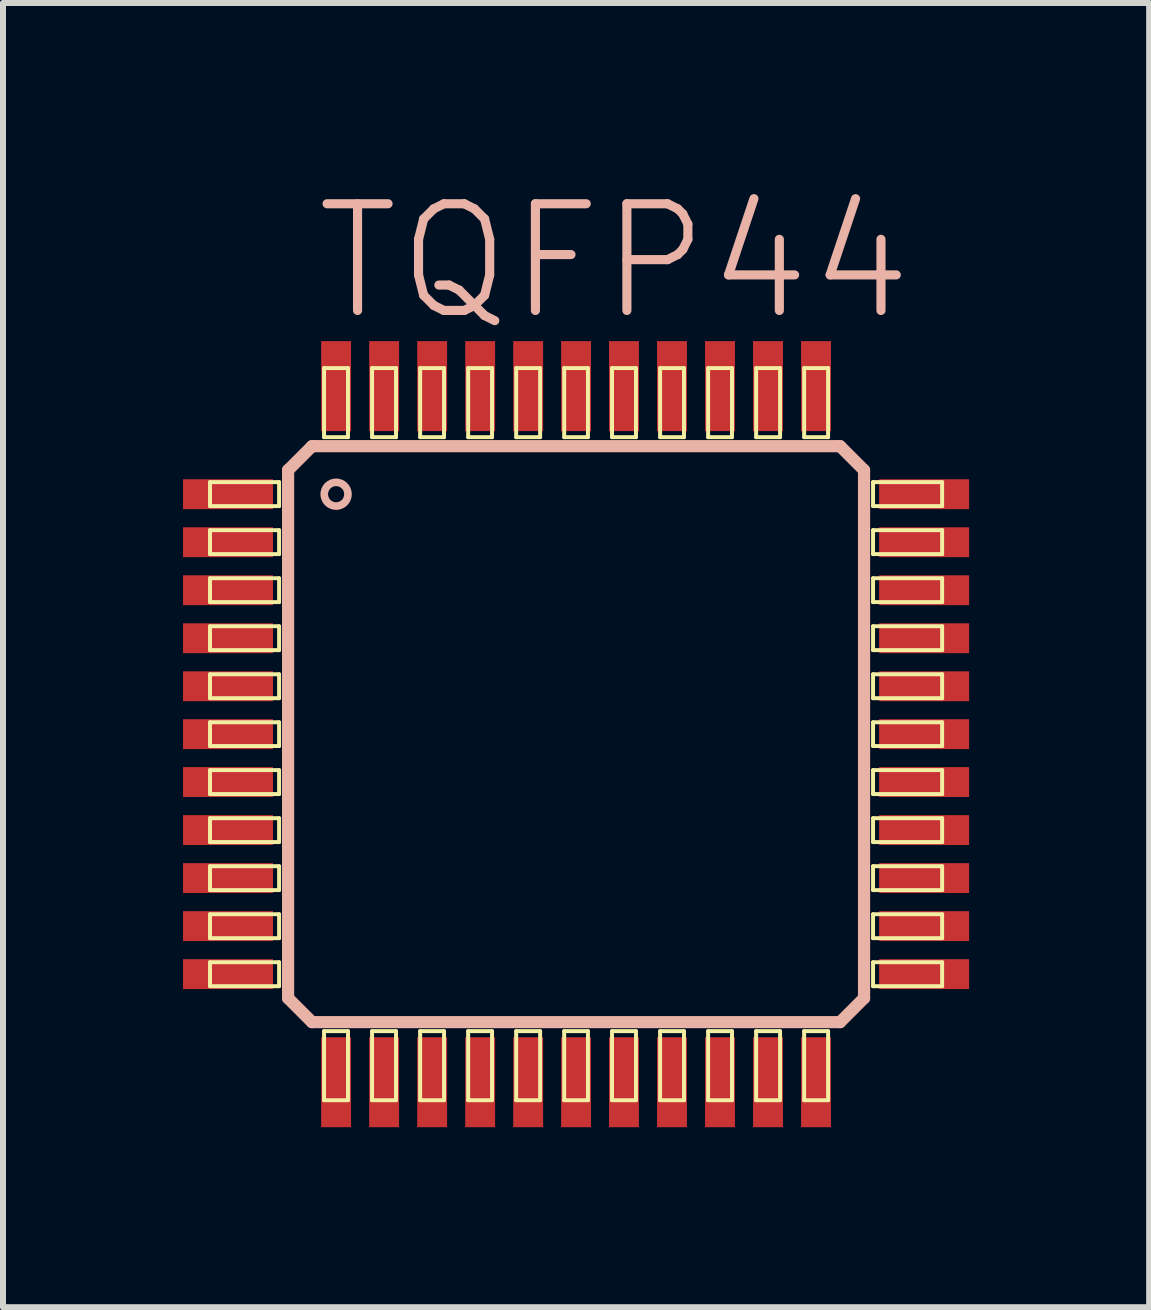
<source format=kicad_pcb>
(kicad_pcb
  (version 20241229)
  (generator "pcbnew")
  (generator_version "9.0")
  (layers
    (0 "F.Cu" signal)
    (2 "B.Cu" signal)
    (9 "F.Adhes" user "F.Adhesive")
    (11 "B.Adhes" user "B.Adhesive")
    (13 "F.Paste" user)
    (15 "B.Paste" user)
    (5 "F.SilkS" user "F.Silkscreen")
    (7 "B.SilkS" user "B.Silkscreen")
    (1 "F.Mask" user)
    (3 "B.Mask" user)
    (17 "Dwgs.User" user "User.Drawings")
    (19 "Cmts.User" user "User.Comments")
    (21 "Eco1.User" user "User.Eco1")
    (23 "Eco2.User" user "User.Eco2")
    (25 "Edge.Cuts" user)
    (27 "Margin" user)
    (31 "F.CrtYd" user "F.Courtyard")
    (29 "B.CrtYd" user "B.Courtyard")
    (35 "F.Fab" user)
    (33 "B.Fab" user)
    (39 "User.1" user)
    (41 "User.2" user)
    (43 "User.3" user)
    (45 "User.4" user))
  (footprint "TQFP44"
    (layer "F.Cu")
    (at 6.548 9.182)
    (property "Reference" "TQFP44" (at 0.635 -7.874 0) (layer "B.SilkS") (effects (font (size 1.778 1.778) (thickness 0.152))))
    (attr smd)
    (fp_line (start -6.099 -4.199) (end -4.948 -4.199) (stroke (width 0.066) (type solid)) (layer "F.SilkS"))
    (fp_line (start -6.099 -3.8) (end -6.099 -4.199) (stroke (width 0.066) (type solid)) (layer "F.SilkS"))
    (fp_line (start -6.099 -3.8) (end -4.948 -3.8) (stroke (width 0.066) (type solid)) (layer "F.SilkS"))
    (fp_line (start -6.099 -3.399) (end -4.948 -3.399) (stroke (width 0.066) (type solid)) (layer "F.SilkS"))
    (fp_line (start -6.099 -3) (end -6.099 -3.399) (stroke (width 0.066) (type solid)) (layer "F.SilkS"))
    (fp_line (start -6.099 -3) (end -4.948 -3) (stroke (width 0.066) (type solid)) (layer "F.SilkS"))
    (fp_line (start -6.099 -2.598) (end -4.948 -2.598) (stroke (width 0.066) (type solid)) (layer "F.SilkS"))
    (fp_line (start -6.099 -2.2) (end -6.099 -2.598) (stroke (width 0.066) (type solid)) (layer "F.SilkS"))
    (fp_line (start -6.099 -2.2) (end -4.948 -2.2) (stroke (width 0.066) (type solid)) (layer "F.SilkS"))
    (fp_line (start -6.099 -1.798) (end -4.948 -1.798) (stroke (width 0.066) (type solid)) (layer "F.SilkS"))
    (fp_line (start -6.099 -1.4) (end -6.099 -1.798) (stroke (width 0.066) (type solid)) (layer "F.SilkS"))
    (fp_line (start -6.099 -1.4) (end -4.948 -1.4) (stroke (width 0.066) (type solid)) (layer "F.SilkS"))
    (fp_line (start -6.099 -0.998) (end -4.948 -0.998) (stroke (width 0.066) (type solid)) (layer "F.SilkS"))
    (fp_line (start -6.099 -0.599) (end -6.099 -0.998) (stroke (width 0.066) (type solid)) (layer "F.SilkS"))
    (fp_line (start -6.099 -0.599) (end -4.948 -0.599) (stroke (width 0.066) (type solid)) (layer "F.SilkS"))
    (fp_line (start -6.099 -0.198) (end -4.948 -0.198) (stroke (width 0.066) (type solid)) (layer "F.SilkS"))
    (fp_line (start -6.099 0.198) (end -6.099 -0.198) (stroke (width 0.066) (type solid)) (layer "F.SilkS"))
    (fp_line (start -6.099 0.198) (end -4.948 0.198) (stroke (width 0.066) (type solid)) (layer "F.SilkS"))
    (fp_line (start -6.099 0.599) (end -4.948 0.599) (stroke (width 0.066) (type solid)) (layer "F.SilkS"))
    (fp_line (start -6.099 0.998) (end -6.099 0.599) (stroke (width 0.066) (type solid)) (layer "F.SilkS"))
    (fp_line (start -6.099 0.998) (end -4.948 0.998) (stroke (width 0.066) (type solid)) (layer "F.SilkS"))
    (fp_line (start -6.099 1.4) (end -4.948 1.4) (stroke (width 0.066) (type solid)) (layer "F.SilkS"))
    (fp_line (start -6.099 1.798) (end -6.099 1.4) (stroke (width 0.066) (type solid)) (layer "F.SilkS"))
    (fp_line (start -6.099 1.798) (end -4.948 1.798) (stroke (width 0.066) (type solid)) (layer "F.SilkS"))
    (fp_line (start -6.099 2.2) (end -4.948 2.2) (stroke (width 0.066) (type solid)) (layer "F.SilkS"))
    (fp_line (start -6.099 2.598) (end -6.099 2.2) (stroke (width 0.066) (type solid)) (layer "F.SilkS"))
    (fp_line (start -6.099 2.598) (end -4.948 2.598) (stroke (width 0.066) (type solid)) (layer "F.SilkS"))
    (fp_line (start -6.099 3) (end -4.948 3) (stroke (width 0.066) (type solid)) (layer "F.SilkS"))
    (fp_line (start -6.099 3.399) (end -6.099 3) (stroke (width 0.066) (type solid)) (layer "F.SilkS"))
    (fp_line (start -6.099 3.399) (end -4.948 3.399) (stroke (width 0.066) (type solid)) (layer "F.SilkS"))
    (fp_line (start -6.099 3.8) (end -4.948 3.8) (stroke (width 0.066) (type solid)) (layer "F.SilkS"))
    (fp_line (start -6.099 4.199) (end -6.099 3.8) (stroke (width 0.066) (type solid)) (layer "F.SilkS"))
    (fp_line (start -6.099 4.199) (end -4.948 4.199) (stroke (width 0.066) (type solid)) (layer "F.SilkS"))
    (fp_line (start -4.948 -3.8) (end -4.948 -4.199) (stroke (width 0.066) (type solid)) (layer "F.SilkS"))
    (fp_line (start -4.948 -3) (end -4.948 -3.399) (stroke (width 0.066) (type solid)) (layer "F.SilkS"))
    (fp_line (start -4.948 -2.2) (end -4.948 -2.598) (stroke (width 0.066) (type solid)) (layer "F.SilkS"))
    (fp_line (start -4.948 -1.4) (end -4.948 -1.798) (stroke (width 0.066) (type solid)) (layer "F.SilkS"))
    (fp_line (start -4.948 -0.599) (end -4.948 -0.998) (stroke (width 0.066) (type solid)) (layer "F.SilkS"))
    (fp_line (start -4.948 0.198) (end -4.948 -0.198) (stroke (width 0.066) (type solid)) (layer "F.SilkS"))
    (fp_line (start -4.948 0.998) (end -4.948 0.599) (stroke (width 0.066) (type solid)) (layer "F.SilkS"))
    (fp_line (start -4.948 1.798) (end -4.948 1.4) (stroke (width 0.066) (type solid)) (layer "F.SilkS"))
    (fp_line (start -4.948 2.598) (end -4.948 2.2) (stroke (width 0.066) (type solid)) (layer "F.SilkS"))
    (fp_line (start -4.948 3.399) (end -4.948 3) (stroke (width 0.066) (type solid)) (layer "F.SilkS"))
    (fp_line (start -4.948 4.199) (end -4.948 3.8) (stroke (width 0.066) (type solid)) (layer "F.SilkS"))
    (fp_line (start -4.199 -6.099) (end -3.8 -6.099) (stroke (width 0.066) (type solid)) (layer "F.SilkS"))
    (fp_line (start -4.199 -4.948) (end -4.199 -6.099) (stroke (width 0.066) (type solid)) (layer "F.SilkS"))
    (fp_line (start -4.199 -4.948) (end -3.8 -4.948) (stroke (width 0.066) (type solid)) (layer "F.SilkS"))
    (fp_line (start -4.199 4.948) (end -3.8 4.948) (stroke (width 0.066) (type solid)) (layer "F.SilkS"))
    (fp_line (start -4.199 6.099) (end -4.199 4.948) (stroke (width 0.066) (type solid)) (layer "F.SilkS"))
    (fp_line (start -4.199 6.099) (end -3.8 6.099) (stroke (width 0.066) (type solid)) (layer "F.SilkS"))
    (fp_line (start -3.8 -4.948) (end -3.8 -6.099) (stroke (width 0.066) (type solid)) (layer "F.SilkS"))
    (fp_line (start -3.8 6.099) (end -3.8 4.948) (stroke (width 0.066) (type solid)) (layer "F.SilkS"))
    (fp_line (start -3.399 -6.099) (end -3 -6.099) (stroke (width 0.066) (type solid)) (layer "F.SilkS"))
    (fp_line (start -3.399 -4.948) (end -3.399 -6.099) (stroke (width 0.066) (type solid)) (layer "F.SilkS"))
    (fp_line (start -3.399 -4.948) (end -3 -4.948) (stroke (width 0.066) (type solid)) (layer "F.SilkS"))
    (fp_line (start -3.399 4.948) (end -3 4.948) (stroke (width 0.066) (type solid)) (layer "F.SilkS"))
    (fp_line (start -3.399 6.099) (end -3.399 4.948) (stroke (width 0.066) (type solid)) (layer "F.SilkS"))
    (fp_line (start -3.399 6.099) (end -3 6.099) (stroke (width 0.066) (type solid)) (layer "F.SilkS"))
    (fp_line (start -3 -4.948) (end -3 -6.099) (stroke (width 0.066) (type solid)) (layer "F.SilkS"))
    (fp_line (start -3 6.099) (end -3 4.948) (stroke (width 0.066) (type solid)) (layer "F.SilkS"))
    (fp_line (start -2.598 -6.099) (end -2.2 -6.099) (stroke (width 0.066) (type solid)) (layer "F.SilkS"))
    (fp_line (start -2.598 -4.948) (end -2.598 -6.099) (stroke (width 0.066) (type solid)) (layer "F.SilkS"))
    (fp_line (start -2.598 -4.948) (end -2.2 -4.948) (stroke (width 0.066) (type solid)) (layer "F.SilkS"))
    (fp_line (start -2.598 4.948) (end -2.2 4.948) (stroke (width 0.066) (type solid)) (layer "F.SilkS"))
    (fp_line (start -2.598 6.099) (end -2.598 4.948) (stroke (width 0.066) (type solid)) (layer "F.SilkS"))
    (fp_line (start -2.598 6.099) (end -2.2 6.099) (stroke (width 0.066) (type solid)) (layer "F.SilkS"))
    (fp_line (start -2.2 -4.948) (end -2.2 -6.099) (stroke (width 0.066) (type solid)) (layer "F.SilkS"))
    (fp_line (start -2.2 6.099) (end -2.2 4.948) (stroke (width 0.066) (type solid)) (layer "F.SilkS"))
    (fp_line (start -1.798 -6.099) (end -1.4 -6.099) (stroke (width 0.066) (type solid)) (layer "F.SilkS"))
    (fp_line (start -1.798 -4.948) (end -1.798 -6.099) (stroke (width 0.066) (type solid)) (layer "F.SilkS"))
    (fp_line (start -1.798 -4.948) (end -1.4 -4.948) (stroke (width 0.066) (type solid)) (layer "F.SilkS"))
    (fp_line (start -1.798 4.948) (end -1.4 4.948) (stroke (width 0.066) (type solid)) (layer "F.SilkS"))
    (fp_line (start -1.798 6.099) (end -1.798 4.948) (stroke (width 0.066) (type solid)) (layer "F.SilkS"))
    (fp_line (start -1.798 6.099) (end -1.4 6.099) (stroke (width 0.066) (type solid)) (layer "F.SilkS"))
    (fp_line (start -1.4 -4.948) (end -1.4 -6.099) (stroke (width 0.066) (type solid)) (layer "F.SilkS"))
    (fp_line (start -1.4 6.099) (end -1.4 4.948) (stroke (width 0.066) (type solid)) (layer "F.SilkS"))
    (fp_line (start -0.998 -6.099) (end -0.599 -6.099) (stroke (width 0.066) (type solid)) (layer "F.SilkS"))
    (fp_line (start -0.998 -4.948) (end -0.998 -6.099) (stroke (width 0.066) (type solid)) (layer "F.SilkS"))
    (fp_line (start -0.998 -4.948) (end -0.599 -4.948) (stroke (width 0.066) (type solid)) (layer "F.SilkS"))
    (fp_line (start -0.998 4.948) (end -0.599 4.948) (stroke (width 0.066) (type solid)) (layer "F.SilkS"))
    (fp_line (start -0.998 6.099) (end -0.998 4.948) (stroke (width 0.066) (type solid)) (layer "F.SilkS"))
    (fp_line (start -0.998 6.099) (end -0.599 6.099) (stroke (width 0.066) (type solid)) (layer "F.SilkS"))
    (fp_line (start -0.599 -4.948) (end -0.599 -6.099) (stroke (width 0.066) (type solid)) (layer "F.SilkS"))
    (fp_line (start -0.599 6.099) (end -0.599 4.948) (stroke (width 0.066) (type solid)) (layer "F.SilkS"))
    (fp_line (start -0.198 -6.099) (end 0.198 -6.099) (stroke (width 0.066) (type solid)) (layer "F.SilkS"))
    (fp_line (start -0.198 -4.948) (end -0.198 -6.099) (stroke (width 0.066) (type solid)) (layer "F.SilkS"))
    (fp_line (start -0.198 -4.948) (end 0.198 -4.948) (stroke (width 0.066) (type solid)) (layer "F.SilkS"))
    (fp_line (start -0.198 4.948) (end 0.198 4.948) (stroke (width 0.066) (type solid)) (layer "F.SilkS"))
    (fp_line (start -0.198 6.099) (end -0.198 4.948) (stroke (width 0.066) (type solid)) (layer "F.SilkS"))
    (fp_line (start -0.198 6.099) (end 0.198 6.099) (stroke (width 0.066) (type solid)) (layer "F.SilkS"))
    (fp_line (start 0.198 -4.948) (end 0.198 -6.099) (stroke (width 0.066) (type solid)) (layer "F.SilkS"))
    (fp_line (start 0.198 6.099) (end 0.198 4.948) (stroke (width 0.066) (type solid)) (layer "F.SilkS"))
    (fp_line (start 0.599 -6.099) (end 0.998 -6.099) (stroke (width 0.066) (type solid)) (layer "F.SilkS"))
    (fp_line (start 0.599 -4.948) (end 0.599 -6.099) (stroke (width 0.066) (type solid)) (layer "F.SilkS"))
    (fp_line (start 0.599 -4.948) (end 0.998 -4.948) (stroke (width 0.066) (type solid)) (layer "F.SilkS"))
    (fp_line (start 0.599 4.948) (end 0.998 4.948) (stroke (width 0.066) (type solid)) (layer "F.SilkS"))
    (fp_line (start 0.599 6.099) (end 0.599 4.948) (stroke (width 0.066) (type solid)) (layer "F.SilkS"))
    (fp_line (start 0.599 6.099) (end 0.998 6.099) (stroke (width 0.066) (type solid)) (layer "F.SilkS"))
    (fp_line (start 0.998 -4.948) (end 0.998 -6.099) (stroke (width 0.066) (type solid)) (layer "F.SilkS"))
    (fp_line (start 0.998 6.099) (end 0.998 4.948) (stroke (width 0.066) (type solid)) (layer "F.SilkS"))
    (fp_line (start 1.4 -6.099) (end 1.798 -6.099) (stroke (width 0.066) (type solid)) (layer "F.SilkS"))
    (fp_line (start 1.4 -4.948) (end 1.4 -6.099) (stroke (width 0.066) (type solid)) (layer "F.SilkS"))
    (fp_line (start 1.4 -4.948) (end 1.798 -4.948) (stroke (width 0.066) (type solid)) (layer "F.SilkS"))
    (fp_line (start 1.4 4.948) (end 1.798 4.948) (stroke (width 0.066) (type solid)) (layer "F.SilkS"))
    (fp_line (start 1.4 6.099) (end 1.4 4.948) (stroke (width 0.066) (type solid)) (layer "F.SilkS"))
    (fp_line (start 1.4 6.099) (end 1.798 6.099) (stroke (width 0.066) (type solid)) (layer "F.SilkS"))
    (fp_line (start 1.798 -4.948) (end 1.798 -6.099) (stroke (width 0.066) (type solid)) (layer "F.SilkS"))
    (fp_line (start 1.798 6.099) (end 1.798 4.948) (stroke (width 0.066) (type solid)) (layer "F.SilkS"))
    (fp_line (start 2.2 -6.099) (end 2.598 -6.099) (stroke (width 0.066) (type solid)) (layer "F.SilkS"))
    (fp_line (start 2.2 -4.948) (end 2.2 -6.099) (stroke (width 0.066) (type solid)) (layer "F.SilkS"))
    (fp_line (start 2.2 -4.948) (end 2.598 -4.948) (stroke (width 0.066) (type solid)) (layer "F.SilkS"))
    (fp_line (start 2.2 4.948) (end 2.598 4.948) (stroke (width 0.066) (type solid)) (layer "F.SilkS"))
    (fp_line (start 2.2 6.099) (end 2.2 4.948) (stroke (width 0.066) (type solid)) (layer "F.SilkS"))
    (fp_line (start 2.2 6.099) (end 2.598 6.099) (stroke (width 0.066) (type solid)) (layer "F.SilkS"))
    (fp_line (start 2.598 -4.948) (end 2.598 -6.099) (stroke (width 0.066) (type solid)) (layer "F.SilkS"))
    (fp_line (start 2.598 6.099) (end 2.598 4.948) (stroke (width 0.066) (type solid)) (layer "F.SilkS"))
    (fp_line (start 3 -6.099) (end 3.399 -6.099) (stroke (width 0.066) (type solid)) (layer "F.SilkS"))
    (fp_line (start 3 -4.948) (end 3 -6.099) (stroke (width 0.066) (type solid)) (layer "F.SilkS"))
    (fp_line (start 3 -4.948) (end 3.399 -4.948) (stroke (width 0.066) (type solid)) (layer "F.SilkS"))
    (fp_line (start 3 4.948) (end 3.399 4.948) (stroke (width 0.066) (type solid)) (layer "F.SilkS"))
    (fp_line (start 3 6.099) (end 3 4.948) (stroke (width 0.066) (type solid)) (layer "F.SilkS"))
    (fp_line (start 3 6.099) (end 3.399 6.099) (stroke (width 0.066) (type solid)) (layer "F.SilkS"))
    (fp_line (start 3.399 -4.948) (end 3.399 -6.099) (stroke (width 0.066) (type solid)) (layer "F.SilkS"))
    (fp_line (start 3.399 6.099) (end 3.399 4.948) (stroke (width 0.066) (type solid)) (layer "F.SilkS"))
    (fp_line (start 3.8 -6.099) (end 4.199 -6.099) (stroke (width 0.066) (type solid)) (layer "F.SilkS"))
    (fp_line (start 3.8 -4.948) (end 3.8 -6.099) (stroke (width 0.066) (type solid)) (layer "F.SilkS"))
    (fp_line (start 3.8 -4.948) (end 4.199 -4.948) (stroke (width 0.066) (type solid)) (layer "F.SilkS"))
    (fp_line (start 3.8 4.948) (end 4.199 4.948) (stroke (width 0.066) (type solid)) (layer "F.SilkS"))
    (fp_line (start 3.8 6.099) (end 3.8 4.948) (stroke (width 0.066) (type solid)) (layer "F.SilkS"))
    (fp_line (start 3.8 6.099) (end 4.199 6.099) (stroke (width 0.066) (type solid)) (layer "F.SilkS"))
    (fp_line (start 4.199 -4.948) (end 4.199 -6.099) (stroke (width 0.066) (type solid)) (layer "F.SilkS"))
    (fp_line (start 4.199 6.099) (end 4.199 4.948) (stroke (width 0.066) (type solid)) (layer "F.SilkS"))
    (fp_line (start 4.948 -4.199) (end 6.099 -4.199) (stroke (width 0.066) (type solid)) (layer "F.SilkS"))
    (fp_line (start 4.948 -3.8) (end 4.948 -4.199) (stroke (width 0.066) (type solid)) (layer "F.SilkS"))
    (fp_line (start 4.948 -3.8) (end 6.099 -3.8) (stroke (width 0.066) (type solid)) (layer "F.SilkS"))
    (fp_line (start 4.948 -3.399) (end 6.099 -3.399) (stroke (width 0.066) (type solid)) (layer "F.SilkS"))
    (fp_line (start 4.948 -3) (end 4.948 -3.399) (stroke (width 0.066) (type solid)) (layer "F.SilkS"))
    (fp_line (start 4.948 -3) (end 6.099 -3) (stroke (width 0.066) (type solid)) (layer "F.SilkS"))
    (fp_line (start 4.948 -2.598) (end 6.099 -2.598) (stroke (width 0.066) (type solid)) (layer "F.SilkS"))
    (fp_line (start 4.948 -2.2) (end 4.948 -2.598) (stroke (width 0.066) (type solid)) (layer "F.SilkS"))
    (fp_line (start 4.948 -2.2) (end 6.099 -2.2) (stroke (width 0.066) (type solid)) (layer "F.SilkS"))
    (fp_line (start 4.948 -1.798) (end 6.099 -1.798) (stroke (width 0.066) (type solid)) (layer "F.SilkS"))
    (fp_line (start 4.948 -1.4) (end 4.948 -1.798) (stroke (width 0.066) (type solid)) (layer "F.SilkS"))
    (fp_line (start 4.948 -1.4) (end 6.099 -1.4) (stroke (width 0.066) (type solid)) (layer "F.SilkS"))
    (fp_line (start 4.948 -0.998) (end 6.099 -0.998) (stroke (width 0.066) (type solid)) (layer "F.SilkS"))
    (fp_line (start 4.948 -0.599) (end 4.948 -0.998) (stroke (width 0.066) (type solid)) (layer "F.SilkS"))
    (fp_line (start 4.948 -0.599) (end 6.099 -0.599) (stroke (width 0.066) (type solid)) (layer "F.SilkS"))
    (fp_line (start 4.948 -0.198) (end 6.099 -0.198) (stroke (width 0.066) (type solid)) (layer "F.SilkS"))
    (fp_line (start 4.948 0.198) (end 4.948 -0.198) (stroke (width 0.066) (type solid)) (layer "F.SilkS"))
    (fp_line (start 4.948 0.198) (end 6.099 0.198) (stroke (width 0.066) (type solid)) (layer "F.SilkS"))
    (fp_line (start 4.948 0.599) (end 6.099 0.599) (stroke (width 0.066) (type solid)) (layer "F.SilkS"))
    (fp_line (start 4.948 0.998) (end 4.948 0.599) (stroke (width 0.066) (type solid)) (layer "F.SilkS"))
    (fp_line (start 4.948 0.998) (end 6.099 0.998) (stroke (width 0.066) (type solid)) (layer "F.SilkS"))
    (fp_line (start 4.948 1.4) (end 6.099 1.4) (stroke (width 0.066) (type solid)) (layer "F.SilkS"))
    (fp_line (start 4.948 1.798) (end 4.948 1.4) (stroke (width 0.066) (type solid)) (layer "F.SilkS"))
    (fp_line (start 4.948 1.798) (end 6.099 1.798) (stroke (width 0.066) (type solid)) (layer "F.SilkS"))
    (fp_line (start 4.948 2.2) (end 6.099 2.2) (stroke (width 0.066) (type solid)) (layer "F.SilkS"))
    (fp_line (start 4.948 2.598) (end 4.948 2.2) (stroke (width 0.066) (type solid)) (layer "F.SilkS"))
    (fp_line (start 4.948 2.598) (end 6.099 2.598) (stroke (width 0.066) (type solid)) (layer "F.SilkS"))
    (fp_line (start 4.948 3) (end 6.099 3) (stroke (width 0.066) (type solid)) (layer "F.SilkS"))
    (fp_line (start 4.948 3.399) (end 4.948 3) (stroke (width 0.066) (type solid)) (layer "F.SilkS"))
    (fp_line (start 4.948 3.399) (end 6.099 3.399) (stroke (width 0.066) (type solid)) (layer "F.SilkS"))
    (fp_line (start 4.948 3.8) (end 6.099 3.8) (stroke (width 0.066) (type solid)) (layer "F.SilkS"))
    (fp_line (start 4.948 4.199) (end 4.948 3.8) (stroke (width 0.066) (type solid)) (layer "F.SilkS"))
    (fp_line (start 4.948 4.199) (end 6.099 4.199) (stroke (width 0.066) (type solid)) (layer "F.SilkS"))
    (fp_line (start 6.099 -3.8) (end 6.099 -4.199) (stroke (width 0.066) (type solid)) (layer "F.SilkS"))
    (fp_line (start 6.099 -3) (end 6.099 -3.399) (stroke (width 0.066) (type solid)) (layer "F.SilkS"))
    (fp_line (start 6.099 -2.2) (end 6.099 -2.598) (stroke (width 0.066) (type solid)) (layer "F.SilkS"))
    (fp_line (start 6.099 -1.4) (end 6.099 -1.798) (stroke (width 0.066) (type solid)) (layer "F.SilkS"))
    (fp_line (start 6.099 -0.599) (end 6.099 -0.998) (stroke (width 0.066) (type solid)) (layer "F.SilkS"))
    (fp_line (start 6.099 0.198) (end 6.099 -0.198) (stroke (width 0.066) (type solid)) (layer "F.SilkS"))
    (fp_line (start 6.099 0.998) (end 6.099 0.599) (stroke (width 0.066) (type solid)) (layer "F.SilkS"))
    (fp_line (start 6.099 1.798) (end 6.099 1.4) (stroke (width 0.066) (type solid)) (layer "F.SilkS"))
    (fp_line (start 6.099 2.598) (end 6.099 2.2) (stroke (width 0.066) (type solid)) (layer "F.SilkS"))
    (fp_line (start 6.099 3.399) (end 6.099 3) (stroke (width 0.066) (type solid)) (layer "F.SilkS"))
    (fp_line (start 6.099 4.199) (end 6.099 3.8) (stroke (width 0.066) (type solid)) (layer "F.SilkS"))
    (fp_line (start -4.798 -4.399) (end -4.399 -4.798) (stroke (width 0.203) (type solid)) (layer "B.SilkS"))
    (fp_line (start -4.798 4.399) (end -4.798 -4.399) (stroke (width 0.203) (type solid)) (layer "B.SilkS"))
    (fp_line (start -4.399 -4.798) (end 4.399 -4.798) (stroke (width 0.203) (type solid)) (layer "B.SilkS"))
    (fp_line (start -4.399 4.798) (end -4.798 4.399) (stroke (width 0.203) (type solid)) (layer "B.SilkS"))
    (fp_line (start 4.399 -4.798) (end 4.798 -4.399) (stroke (width 0.203) (type solid)) (layer "B.SilkS"))
    (fp_line (start 4.399 4.798) (end -4.399 4.798) (stroke (width 0.203) (type solid)) (layer "B.SilkS"))
    (fp_line (start 4.798 -4.399) (end 4.798 4.399) (stroke (width 0.203) (type solid)) (layer "B.SilkS"))
    (fp_line (start 4.798 4.399) (end 4.399 4.798) (stroke (width 0.203) (type solid)) (layer "B.SilkS"))
    (fp_circle (center -3.998 -3.998) (end -4.138 -4.138) (stroke (width 0.127) (type solid)) (fill no) (layer "B.SilkS"))
    (pad "1" smd rect (at -5.799 -3.998) (size 1.499 0.498) (layers "F.Cu" "F.Mask" "F.Paste"))
    (pad "2" smd rect (at -5.799 -3.198) (size 1.499 0.498) (layers "F.Cu" "F.Mask" "F.Paste"))
    (pad "3" smd rect (at -5.799 -2.398) (size 1.499 0.498) (layers "F.Cu" "F.Mask" "F.Paste"))
    (pad "4" smd rect (at -5.799 -1.598) (size 1.499 0.498) (layers "F.Cu" "F.Mask" "F.Paste"))
    (pad "5" smd rect (at -5.799 -0.798) (size 1.499 0.498) (layers "F.Cu" "F.Mask" "F.Paste"))
    (pad "6" smd rect (at -5.799 0) (size 1.499 0.498) (layers "F.Cu" "F.Mask" "F.Paste"))
    (pad "7" smd rect (at -5.799 0.798) (size 1.499 0.498) (layers "F.Cu" "F.Mask" "F.Paste"))
    (pad "8" smd rect (at -5.799 1.598) (size 1.499 0.498) (layers "F.Cu" "F.Mask" "F.Paste"))
    (pad "9" smd rect (at -5.799 2.398) (size 1.499 0.498) (layers "F.Cu" "F.Mask" "F.Paste"))
    (pad "10" smd rect (at -5.799 3.198) (size 1.499 0.498) (layers "F.Cu" "F.Mask" "F.Paste"))
    (pad "11" smd rect (at -5.799 3.998) (size 1.499 0.498) (layers "F.Cu" "F.Mask" "F.Paste"))
    (pad "12" smd rect (at -3.998 5.799) (size 0.498 1.499) (layers "F.Cu" "F.Mask" "F.Paste"))
    (pad "13" smd rect (at -3.198 5.799) (size 0.498 1.499) (layers "F.Cu" "F.Mask" "F.Paste"))
    (pad "14" smd rect (at -2.398 5.799) (size 0.498 1.499) (layers "F.Cu" "F.Mask" "F.Paste"))
    (pad "15" smd rect (at -1.598 5.799) (size 0.498 1.499) (layers "F.Cu" "F.Mask" "F.Paste"))
    (pad "16" smd rect (at -0.798 5.799) (size 0.498 1.499) (layers "F.Cu" "F.Mask" "F.Paste"))
    (pad "17" smd rect (at 0 5.799) (size 0.498 1.499) (layers "F.Cu" "F.Mask" "F.Paste"))
    (pad "18" smd rect (at 0.798 5.799) (size 0.498 1.499) (layers "F.Cu" "F.Mask" "F.Paste"))
    (pad "19" smd rect (at 1.598 5.799) (size 0.498 1.499) (layers "F.Cu" "F.Mask" "F.Paste"))
    (pad "20" smd rect (at 2.398 5.799) (size 0.498 1.499) (layers "F.Cu" "F.Mask" "F.Paste"))
    (pad "21" smd rect (at 3.198 5.799) (size 0.498 1.499) (layers "F.Cu" "F.Mask" "F.Paste"))
    (pad "22" smd rect (at 3.998 5.799) (size 0.498 1.499) (layers "F.Cu" "F.Mask" "F.Paste"))
    (pad "23" smd rect (at 5.799 3.998) (size 1.499 0.498) (layers "F.Cu" "F.Mask" "F.Paste"))
    (pad "24" smd rect (at 5.799 3.198) (size 1.499 0.498) (layers "F.Cu" "F.Mask" "F.Paste"))
    (pad "25" smd rect (at 5.799 2.398) (size 1.499 0.498) (layers "F.Cu" "F.Mask" "F.Paste"))
    (pad "26" smd rect (at 5.799 1.598) (size 1.499 0.498) (layers "F.Cu" "F.Mask" "F.Paste"))
    (pad "27" smd rect (at 5.799 0.798) (size 1.499 0.498) (layers "F.Cu" "F.Mask" "F.Paste"))
    (pad "28" smd rect (at 5.799 0) (size 1.499 0.498) (layers "F.Cu" "F.Mask" "F.Paste"))
    (pad "29" smd rect (at 5.799 -0.798) (size 1.499 0.498) (layers "F.Cu" "F.Mask" "F.Paste"))
    (pad "30" smd rect (at 5.799 -1.598) (size 1.499 0.498) (layers "F.Cu" "F.Mask" "F.Paste"))
    (pad "31" smd rect (at 5.799 -2.398) (size 1.499 0.498) (layers "F.Cu" "F.Mask" "F.Paste"))
    (pad "32" smd rect (at 5.799 -3.198) (size 1.499 0.498) (layers "F.Cu" "F.Mask" "F.Paste"))
    (pad "33" smd rect (at 5.799 -3.998) (size 1.499 0.498) (layers "F.Cu" "F.Mask" "F.Paste"))
    (pad "34" smd rect (at 3.998 -5.799) (size 0.498 1.499) (layers "F.Cu" "F.Mask" "F.Paste"))
    (pad "35" smd rect (at 3.198 -5.799) (size 0.498 1.499) (layers "F.Cu" "F.Mask" "F.Paste"))
    (pad "36" smd rect (at 2.398 -5.799) (size 0.498 1.499) (layers "F.Cu" "F.Mask" "F.Paste"))
    (pad "37" smd rect (at 1.598 -5.799) (size 0.498 1.499) (layers "F.Cu" "F.Mask" "F.Paste"))
    (pad "38" smd rect (at 0.798 -5.799) (size 0.498 1.499) (layers "F.Cu" "F.Mask" "F.Paste"))
    (pad "39" smd rect (at 0 -5.799) (size 0.498 1.499) (layers "F.Cu" "F.Mask" "F.Paste"))
    (pad "40" smd rect (at -0.798 -5.799) (size 0.498 1.499) (layers "F.Cu" "F.Mask" "F.Paste"))
    (pad "41" smd rect (at -1.598 -5.799) (size 0.498 1.499) (layers "F.Cu" "F.Mask" "F.Paste"))
    (pad "42" smd rect (at -2.398 -5.799) (size 0.498 1.499) (layers "F.Cu" "F.Mask" "F.Paste"))
    (pad "43" smd rect (at -3.198 -5.799) (size 0.498 1.499) (layers "F.Cu" "F.Mask" "F.Paste"))
    (pad "44" smd rect (at -3.998 -5.799) (size 0.498 1.499) (layers "F.Cu" "F.Mask" "F.Paste")))
  (gr_rect
    (start -3 -3)
    (end 16.096 18.73)
    (stroke (width 0.1) (type default))
    (fill no)
    (layer "Edge.Cuts")))
</source>
